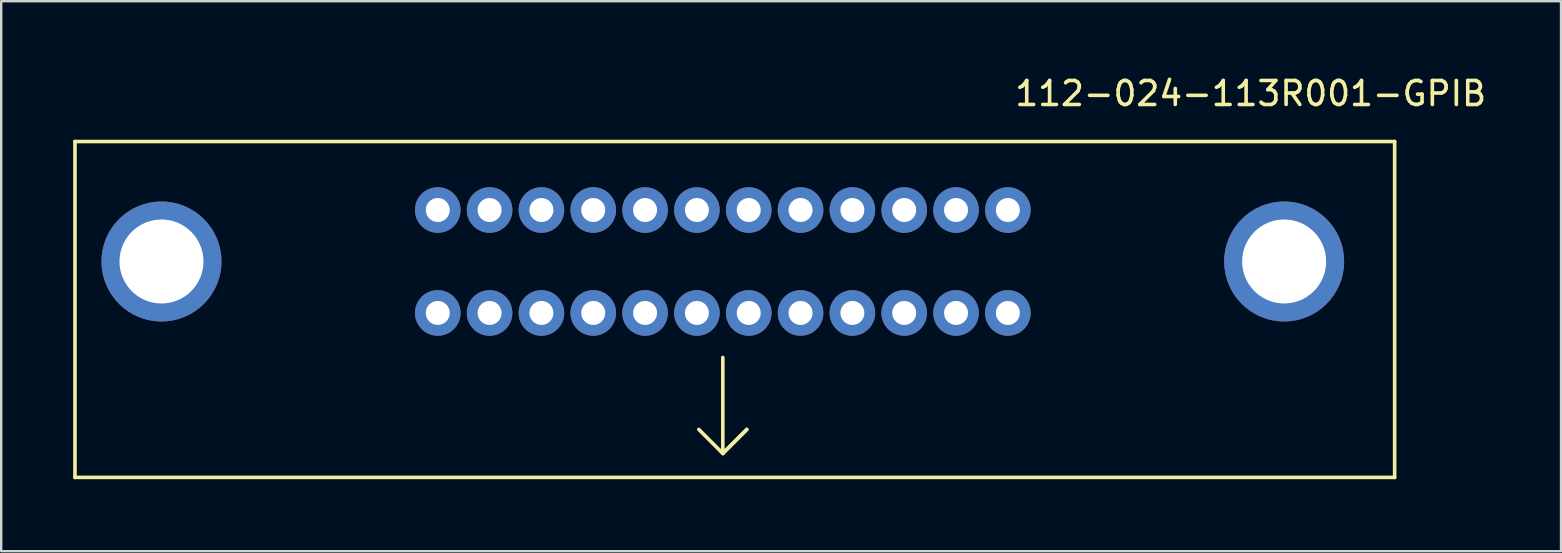
<source format=kicad_pcb>
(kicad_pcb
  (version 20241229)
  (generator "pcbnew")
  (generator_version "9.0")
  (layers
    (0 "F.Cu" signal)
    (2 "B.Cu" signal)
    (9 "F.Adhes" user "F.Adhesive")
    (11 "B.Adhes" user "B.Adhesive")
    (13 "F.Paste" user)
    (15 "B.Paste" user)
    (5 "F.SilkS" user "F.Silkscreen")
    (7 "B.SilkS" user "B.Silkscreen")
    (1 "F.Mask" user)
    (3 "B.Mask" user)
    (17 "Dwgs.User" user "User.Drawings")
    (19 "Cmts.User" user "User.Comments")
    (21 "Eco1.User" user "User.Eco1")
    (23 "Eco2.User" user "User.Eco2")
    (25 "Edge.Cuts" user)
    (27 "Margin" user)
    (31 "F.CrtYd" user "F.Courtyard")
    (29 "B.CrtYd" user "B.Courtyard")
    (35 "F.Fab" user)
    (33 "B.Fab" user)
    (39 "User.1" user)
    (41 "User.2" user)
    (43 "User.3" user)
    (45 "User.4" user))
  (footprint "112-024-113R001-GPIB"
    (layer "F.Cu")
    (at 27.075 7.848)
    (property "Reference" "112-024-113R001-GPIB" (at 22 -7 0) (layer "F.SilkS") (effects (font (size 1 1) (thickness 0.15))))
    (attr through_hole)
    (fp_line (start -27 -5) (end -27 9) (stroke (width 0.15) (type solid)) (layer "F.SilkS"))
    (fp_line (start -27 -5) (end 28 -5) (stroke (width 0.15) (type solid)) (layer "F.SilkS"))
    (fp_line (start -27 9) (end 28 9) (stroke (width 0.15) (type solid)) (layer "F.SilkS"))
    (fp_line (start 0 4) (end 0 8) (stroke (width 0.15) (type solid)) (layer "F.SilkS"))
    (fp_line (start 0 8) (end -1 7) (stroke (width 0.15) (type solid)) (layer "F.SilkS"))
    (fp_line (start 0 8) (end 1 7) (stroke (width 0.15) (type solid)) (layer "F.SilkS"))
    (fp_line (start 1 7) (end 0 8) (stroke (width 0.15) (type solid)) (layer "F.SilkS"))
    (fp_line (start 28 -5) (end 28 9) (stroke (width 0.15) (type solid)) (layer "F.SilkS"))
    (pad "" thru_hole circle (at -23.395 0) (size 5 5) (drill 3.5) (layers "*.Cu" "*.Mask"))
    (pad "" thru_hole circle (at 23.395 0) (size 5 5) (drill 3.5) (layers "*.Cu" "*.Mask"))
    (pad "1" thru_hole circle (at -11.88 2.145) (size 1.9 1.9) (drill 1) (layers "*.Cu" "*.Mask"))
    (pad "2" thru_hole circle (at -9.72 2.145) (size 1.9 1.9) (drill 1) (layers "*.Cu" "*.Mask"))
    (pad "3" thru_hole circle (at -7.56 2.145) (size 1.9 1.9) (drill 1) (layers "*.Cu" "*.Mask"))
    (pad "4" thru_hole circle (at -5.4 2.145) (size 1.9 1.9) (drill 1) (layers "*.Cu" "*.Mask"))
    (pad "5" thru_hole circle (at -3.24 2.145) (size 1.9 1.9) (drill 1) (layers "*.Cu" "*.Mask"))
    (pad "6" thru_hole circle (at -1.08 2.145) (size 1.9 1.9) (drill 1) (layers "*.Cu" "*.Mask"))
    (pad "7" thru_hole circle (at 1.08 2.145) (size 1.9 1.9) (drill 1) (layers "*.Cu" "*.Mask"))
    (pad "8" thru_hole circle (at 3.24 2.145) (size 1.9 1.9) (drill 1) (layers "*.Cu" "*.Mask"))
    (pad "9" thru_hole circle (at 5.4 2.145) (size 1.9 1.9) (drill 1) (layers "*.Cu" "*.Mask"))
    (pad "10" thru_hole circle (at 7.56 2.145) (size 1.9 1.9) (drill 1) (layers "*.Cu" "*.Mask"))
    (pad "11" thru_hole circle (at 9.72 2.145) (size 1.9 1.9) (drill 1) (layers "*.Cu" "*.Mask"))
    (pad "12" thru_hole circle (at 11.88 2.145) (size 1.9 1.9) (drill 1) (layers "*.Cu" "*.Mask"))
    (pad "13" thru_hole circle (at -11.88 -2.145) (size 1.9 1.9) (drill 1) (layers "*.Cu" "*.Mask"))
    (pad "14" thru_hole circle (at -9.72 -2.145) (size 1.9 1.9) (drill 1) (layers "*.Cu" "*.Mask"))
    (pad "15" thru_hole circle (at -7.56 -2.145) (size 1.9 1.9) (drill 1) (layers "*.Cu" "*.Mask"))
    (pad "16" thru_hole circle (at -5.4 -2.145) (size 1.9 1.9) (drill 1) (layers "*.Cu" "*.Mask"))
    (pad "17" thru_hole circle (at -3.24 -2.145) (size 1.9 1.9) (drill 1) (layers "*.Cu" "*.Mask"))
    (pad "18" thru_hole circle (at -1.08 -2.145) (size 1.9 1.9) (drill 1) (layers "*.Cu" "*.Mask"))
    (pad "19" thru_hole circle (at 1.08 -2.145) (size 1.9 1.9) (drill 1) (layers "*.Cu" "*.Mask"))
    (pad "20" thru_hole circle (at 3.24 -2.145) (size 1.9 1.9) (drill 1) (layers "*.Cu" "*.Mask"))
    (pad "21" thru_hole circle (at 5.4 -2.145) (size 1.9 1.9) (drill 1) (layers "*.Cu" "*.Mask"))
    (pad "22" thru_hole circle (at 7.56 -2.145) (size 1.9 1.9) (drill 1) (layers "*.Cu" "*.Mask"))
    (pad "23" thru_hole circle (at 9.72 -2.145) (size 1.9 1.9) (drill 1) (layers "*.Cu" "*.Mask"))
    (pad "24" thru_hole circle (at 11.88 -2.145) (size 1.9 1.9) (drill 1) (layers "*.Cu" "*.Mask")))
  (gr_rect
    (start -3 -3)
    (end 62.01 19.923)
    (stroke (width 0.1) (type default))
    (fill no)
    (layer "Edge.Cuts")))
</source>
